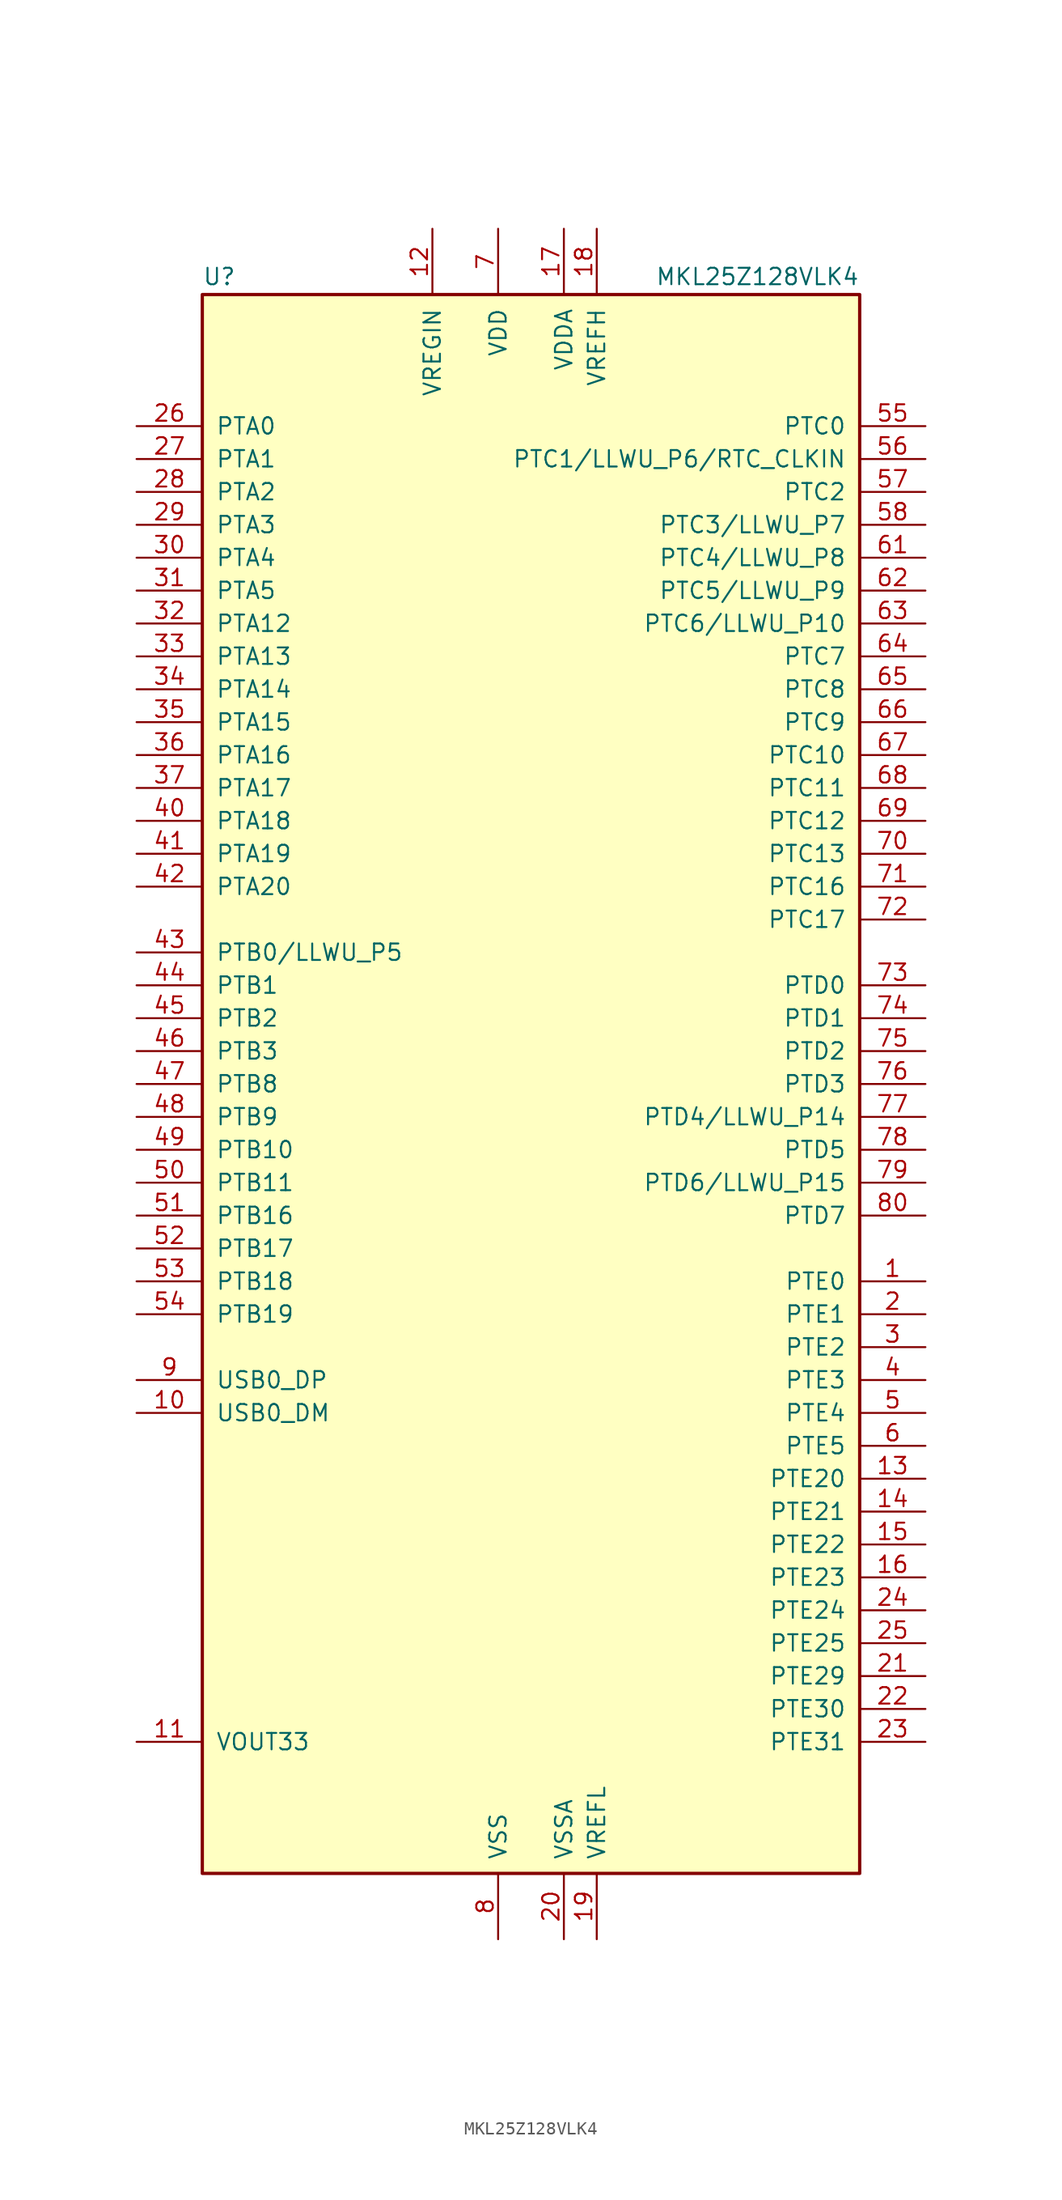
<source format=kicad_sym>
(kicad_symbol_lib
  (version 20211014)
  (generator kicad_symbol_editor)
  (symbol "MKL25Z128VLK4"
    (pin_names
      (offset 1.016))
    (property "Reference" "U"
      (at -25.4 61.595 0)
      (effects (font (size 1.27 1.27)) (justify left bottom)))
    (property "Value" "MKL25Z128VLK4"
      (at 25.4 61.595 0)
      (effects (font (size 1.27 1.27)) (justify right bottom)))
    (symbol "MKL25Z128VLK4_0_1"
      (rectangle (start -25.4 60.96) (end 25.4 -60.96) (stroke (width 0.254) (type default) (color 0 0 0 0)) (fill (type background))))
    (symbol "MKL25Z128VLK4_1_1"
      (pin bidirectional line (at 30.48 -15.24 180) (length 5.08) (name "PTE0" (effects (font (size 1.27 1.27)))) (number "1" (effects (font (size 1.27 1.27)))))
      (pin bidirectional line (at -30.48 -25.4 0) (length 5.08) (name "USB0_DM" (effects (font (size 1.27 1.27)))) (number "10" (effects (font (size 1.27 1.27)))))
      (pin power_out line (at -30.48 -50.8 0) (length 5.08) (name "VOUT33" (effects (font (size 1.27 1.27)))) (number "11" (effects (font (size 1.27 1.27)))))
      (pin power_in line (at -7.62 66.04 270) (length 5.08) (name "VREGIN" (effects (font (size 1.27 1.27)))) (number "12" (effects (font (size 1.27 1.27)))))
      (pin bidirectional line (at 30.48 -30.48 180) (length 5.08) (name "PTE20" (effects (font (size 1.27 1.27)))) (number "13" (effects (font (size 1.27 1.27)))))
      (pin bidirectional line (at 30.48 -33.02 180) (length 5.08) (name "PTE21" (effects (font (size 1.27 1.27)))) (number "14" (effects (font (size 1.27 1.27)))))
      (pin bidirectional line (at 30.48 -35.56 180) (length 5.08) (name "PTE22" (effects (font (size 1.27 1.27)))) (number "15" (effects (font (size 1.27 1.27)))))
      (pin bidirectional line (at 30.48 -38.1 180) (length 5.08) (name "PTE23" (effects (font (size 1.27 1.27)))) (number "16" (effects (font (size 1.27 1.27)))))
      (pin power_in line (at 2.54 66.04 270) (length 5.08) (name "VDDA" (effects (font (size 1.27 1.27)))) (number "17" (effects (font (size 1.27 1.27)))))
      (pin power_in line (at 5.08 66.04 270) (length 5.08) (name "VREFH" (effects (font (size 1.27 1.27)))) (number "18" (effects (font (size 1.27 1.27)))))
      (pin power_in line (at 5.08 -66.04 90) (length 5.08) (name "VREFL" (effects (font (size 1.27 1.27)))) (number "19" (effects (font (size 1.27 1.27)))))
      (pin bidirectional line (at 30.48 -17.78 180) (length 5.08) (name "PTE1" (effects (font (size 1.27 1.27)))) (number "2" (effects (font (size 1.27 1.27)))))
      (pin power_in line (at 2.54 -66.04 90) (length 5.08) (name "VSSA" (effects (font (size 1.27 1.27)))) (number "20" (effects (font (size 1.27 1.27)))))
      (pin bidirectional line (at 30.48 -45.72 180) (length 5.08) (name "PTE29" (effects (font (size 1.27 1.27)))) (number "21" (effects (font (size 1.27 1.27)))))
      (pin bidirectional line (at 30.48 -48.26 180) (length 5.08) (name "PTE30" (effects (font (size 1.27 1.27)))) (number "22" (effects (font (size 1.27 1.27)))))
      (pin bidirectional line (at 30.48 -50.8 180) (length 5.08) (name "PTE31" (effects (font (size 1.27 1.27)))) (number "23" (effects (font (size 1.27 1.27)))))
      (pin bidirectional line (at 30.48 -40.64 180) (length 5.08) (name "PTE24" (effects (font (size 1.27 1.27)))) (number "24" (effects (font (size 1.27 1.27)))))
      (pin bidirectional line (at 30.48 -43.18 180) (length 5.08) (name "PTE25" (effects (font (size 1.27 1.27)))) (number "25" (effects (font (size 1.27 1.27)))))
      (pin bidirectional line (at -30.48 50.8 0) (length 5.08) (name "PTA0" (effects (font (size 1.27 1.27)))) (number "26" (effects (font (size 1.27 1.27)))))
      (pin bidirectional line (at -30.48 48.26 0) (length 5.08) (name "PTA1" (effects (font (size 1.27 1.27)))) (number "27" (effects (font (size 1.27 1.27)))))
      (pin bidirectional line (at -30.48 45.72 0) (length 5.08) (name "PTA2" (effects (font (size 1.27 1.27)))) (number "28" (effects (font (size 1.27 1.27)))))
      (pin bidirectional line (at -30.48 43.18 0) (length 5.08) (name "PTA3" (effects (font (size 1.27 1.27)))) (number "29" (effects (font (size 1.27 1.27)))))
      (pin bidirectional line (at 30.48 -20.32 180) (length 5.08) (name "PTE2" (effects (font (size 1.27 1.27)))) (number "3" (effects (font (size 1.27 1.27)))))
      (pin bidirectional line (at -30.48 40.64 0) (length 5.08) (name "PTA4" (effects (font (size 1.27 1.27)))) (number "30" (effects (font (size 1.27 1.27)))))
      (pin bidirectional line (at -30.48 38.1 0) (length 5.08) (name "PTA5" (effects (font (size 1.27 1.27)))) (number "31" (effects (font (size 1.27 1.27)))))
      (pin bidirectional line (at -30.48 35.56 0) (length 5.08) (name "PTA12" (effects (font (size 1.27 1.27)))) (number "32" (effects (font (size 1.27 1.27)))))
      (pin bidirectional line (at -30.48 33.02 0) (length 5.08) (name "PTA13" (effects (font (size 1.27 1.27)))) (number "33" (effects (font (size 1.27 1.27)))))
      (pin bidirectional line (at -30.48 30.48 0) (length 5.08) (name "PTA14" (effects (font (size 1.27 1.27)))) (number "34" (effects (font (size 1.27 1.27)))))
      (pin bidirectional line (at -30.48 27.94 0) (length 5.08) (name "PTA15" (effects (font (size 1.27 1.27)))) (number "35" (effects (font (size 1.27 1.27)))))
      (pin bidirectional line (at -30.48 25.4 0) (length 5.08) (name "PTA16" (effects (font (size 1.27 1.27)))) (number "36" (effects (font (size 1.27 1.27)))))
      (pin bidirectional line (at -30.48 22.86 0) (length 5.08) (name "PTA17" (effects (font (size 1.27 1.27)))) (number "37" (effects (font (size 1.27 1.27)))))
      (pin passive line (at -2.54 66.04 270) (length 5.08) hide (name "VDD" (effects (font (size 1.27 1.27)))) (number "38" (effects (font (size 1.27 1.27)))))
      (pin passive line (at -2.54 -66.04 90) (length 5.08) hide (name "VSS" (effects (font (size 1.27 1.27)))) (number "39" (effects (font (size 1.27 1.27)))))
      (pin bidirectional line (at 30.48 -22.86 180) (length 5.08) (name "PTE3" (effects (font (size 1.27 1.27)))) (number "4" (effects (font (size 1.27 1.27)))))
      (pin bidirectional line (at -30.48 20.32 0) (length 5.08) (name "PTA18" (effects (font (size 1.27 1.27)))) (number "40" (effects (font (size 1.27 1.27)))))
      (pin bidirectional line (at -30.48 17.78 0) (length 5.08) (name "PTA19" (effects (font (size 1.27 1.27)))) (number "41" (effects (font (size 1.27 1.27)))))
      (pin bidirectional line (at -30.48 15.24 0) (length 5.08) (name "PTA20" (effects (font (size 1.27 1.27)))) (number "42" (effects (font (size 1.27 1.27)))))
      (pin bidirectional line (at -30.48 10.16 0) (length 5.08) (name "PTB0/LLWU_P5" (effects (font (size 1.27 1.27)))) (number "43" (effects (font (size 1.27 1.27)))))
      (pin bidirectional line (at -30.48 7.62 0) (length 5.08) (name "PTB1" (effects (font (size 1.27 1.27)))) (number "44" (effects (font (size 1.27 1.27)))))
      (pin bidirectional line (at -30.48 5.08 0) (length 5.08) (name "PTB2" (effects (font (size 1.27 1.27)))) (number "45" (effects (font (size 1.27 1.27)))))
      (pin bidirectional line (at -30.48 2.54 0) (length 5.08) (name "PTB3" (effects (font (size 1.27 1.27)))) (number "46" (effects (font (size 1.27 1.27)))))
      (pin bidirectional line (at -30.48 0 0) (length 5.08) (name "PTB8" (effects (font (size 1.27 1.27)))) (number "47" (effects (font (size 1.27 1.27)))))
      (pin bidirectional line (at -30.48 -2.54 0) (length 5.08) (name "PTB9" (effects (font (size 1.27 1.27)))) (number "48" (effects (font (size 1.27 1.27)))))
      (pin bidirectional line (at -30.48 -5.08 0) (length 5.08) (name "PTB10" (effects (font (size 1.27 1.27)))) (number "49" (effects (font (size 1.27 1.27)))))
      (pin bidirectional line (at 30.48 -25.4 180) (length 5.08) (name "PTE4" (effects (font (size 1.27 1.27)))) (number "5" (effects (font (size 1.27 1.27)))))
      (pin bidirectional line (at -30.48 -7.62 0) (length 5.08) (name "PTB11" (effects (font (size 1.27 1.27)))) (number "50" (effects (font (size 1.27 1.27)))))
      (pin bidirectional line (at -30.48 -10.16 0) (length 5.08) (name "PTB16" (effects (font (size 1.27 1.27)))) (number "51" (effects (font (size 1.27 1.27)))))
      (pin bidirectional line (at -30.48 -12.7 0) (length 5.08) (name "PTB17" (effects (font (size 1.27 1.27)))) (number "52" (effects (font (size 1.27 1.27)))))
      (pin bidirectional line (at -30.48 -15.24 0) (length 5.08) (name "PTB18" (effects (font (size 1.27 1.27)))) (number "53" (effects (font (size 1.27 1.27)))))
      (pin bidirectional line (at -30.48 -17.78 0) (length 5.08) (name "PTB19" (effects (font (size 1.27 1.27)))) (number "54" (effects (font (size 1.27 1.27)))))
      (pin bidirectional line (at 30.48 50.8 180) (length 5.08) (name "PTC0" (effects (font (size 1.27 1.27)))) (number "55" (effects (font (size 1.27 1.27)))))
      (pin bidirectional line (at 30.48 48.26 180) (length 5.08) (name "PTC1/LLWU_P6/RTC_CLKIN" (effects (font (size 1.27 1.27)))) (number "56" (effects (font (size 1.27 1.27)))))
      (pin bidirectional line (at 30.48 45.72 180) (length 5.08) (name "PTC2" (effects (font (size 1.27 1.27)))) (number "57" (effects (font (size 1.27 1.27)))))
      (pin bidirectional line (at 30.48 43.18 180) (length 5.08) (name "PTC3/LLWU_P7" (effects (font (size 1.27 1.27)))) (number "58" (effects (font (size 1.27 1.27)))))
      (pin passive line (at -2.54 -66.04 90) (length 5.08) hide (name "VSS" (effects (font (size 1.27 1.27)))) (number "59" (effects (font (size 1.27 1.27)))))
      (pin bidirectional line (at 30.48 -27.94 180) (length 5.08) (name "PTE5" (effects (font (size 1.27 1.27)))) (number "6" (effects (font (size 1.27 1.27)))))
      (pin passive line (at -2.54 66.04 270) (length 5.08) hide (name "VDD" (effects (font (size 1.27 1.27)))) (number "60" (effects (font (size 1.27 1.27)))))
      (pin bidirectional line (at 30.48 40.64 180) (length 5.08) (name "PTC4/LLWU_P8" (effects (font (size 1.27 1.27)))) (number "61" (effects (font (size 1.27 1.27)))))
      (pin bidirectional line (at 30.48 38.1 180) (length 5.08) (name "PTC5/LLWU_P9" (effects (font (size 1.27 1.27)))) (number "62" (effects (font (size 1.27 1.27)))))
      (pin bidirectional line (at 30.48 35.56 180) (length 5.08) (name "PTC6/LLWU_P10" (effects (font (size 1.27 1.27)))) (number "63" (effects (font (size 1.27 1.27)))))
      (pin bidirectional line (at 30.48 33.02 180) (length 5.08) (name "PTC7" (effects (font (size 1.27 1.27)))) (number "64" (effects (font (size 1.27 1.27)))))
      (pin bidirectional line (at 30.48 30.48 180) (length 5.08) (name "PTC8" (effects (font (size 1.27 1.27)))) (number "65" (effects (font (size 1.27 1.27)))))
      (pin bidirectional line (at 30.48 27.94 180) (length 5.08) (name "PTC9" (effects (font (size 1.27 1.27)))) (number "66" (effects (font (size 1.27 1.27)))))
      (pin bidirectional line (at 30.48 25.4 180) (length 5.08) (name "PTC10" (effects (font (size 1.27 1.27)))) (number "67" (effects (font (size 1.27 1.27)))))
      (pin bidirectional line (at 30.48 22.86 180) (length 5.08) (name "PTC11" (effects (font (size 1.27 1.27)))) (number "68" (effects (font (size 1.27 1.27)))))
      (pin bidirectional line (at 30.48 20.32 180) (length 5.08) (name "PTC12" (effects (font (size 1.27 1.27)))) (number "69" (effects (font (size 1.27 1.27)))))
      (pin power_in line (at -2.54 66.04 270) (length 5.08) (name "VDD" (effects (font (size 1.27 1.27)))) (number "7" (effects (font (size 1.27 1.27)))))
      (pin bidirectional line (at 30.48 17.78 180) (length 5.08) (name "PTC13" (effects (font (size 1.27 1.27)))) (number "70" (effects (font (size 1.27 1.27)))))
      (pin bidirectional line (at 30.48 15.24 180) (length 5.08) (name "PTC16" (effects (font (size 1.27 1.27)))) (number "71" (effects (font (size 1.27 1.27)))))
      (pin bidirectional line (at 30.48 12.7 180) (length 5.08) (name "PTC17" (effects (font (size 1.27 1.27)))) (number "72" (effects (font (size 1.27 1.27)))))
      (pin bidirectional line (at 30.48 7.62 180) (length 5.08) (name "PTD0" (effects (font (size 1.27 1.27)))) (number "73" (effects (font (size 1.27 1.27)))))
      (pin bidirectional line (at 30.48 5.08 180) (length 5.08) (name "PTD1" (effects (font (size 1.27 1.27)))) (number "74" (effects (font (size 1.27 1.27)))))
      (pin bidirectional line (at 30.48 2.54 180) (length 5.08) (name "PTD2" (effects (font (size 1.27 1.27)))) (number "75" (effects (font (size 1.27 1.27)))))
      (pin bidirectional line (at 30.48 0 180) (length 5.08) (name "PTD3" (effects (font (size 1.27 1.27)))) (number "76" (effects (font (size 1.27 1.27)))))
      (pin bidirectional line (at 30.48 -2.54 180) (length 5.08) (name "PTD4/LLWU_P14" (effects (font (size 1.27 1.27)))) (number "77" (effects (font (size 1.27 1.27)))))
      (pin bidirectional line (at 30.48 -5.08 180) (length 5.08) (name "PTD5" (effects (font (size 1.27 1.27)))) (number "78" (effects (font (size 1.27 1.27)))))
      (pin bidirectional line (at 30.48 -7.62 180) (length 5.08) (name "PTD6/LLWU_P15" (effects (font (size 1.27 1.27)))) (number "79" (effects (font (size 1.27 1.27)))))
      (pin power_in line (at -2.54 -66.04 90) (length 5.08) (name "VSS" (effects (font (size 1.27 1.27)))) (number "8" (effects (font (size 1.27 1.27)))))
      (pin bidirectional line (at 30.48 -10.16 180) (length 5.08) (name "PTD7" (effects (font (size 1.27 1.27)))) (number "80" (effects (font (size 1.27 1.27)))))
      (pin bidirectional line (at -30.48 -22.86 0) (length 5.08) (name "USB0_DP" (effects (font (size 1.27 1.27)))) (number "9" (effects (font (size 1.27 1.27))))))))
</source>
